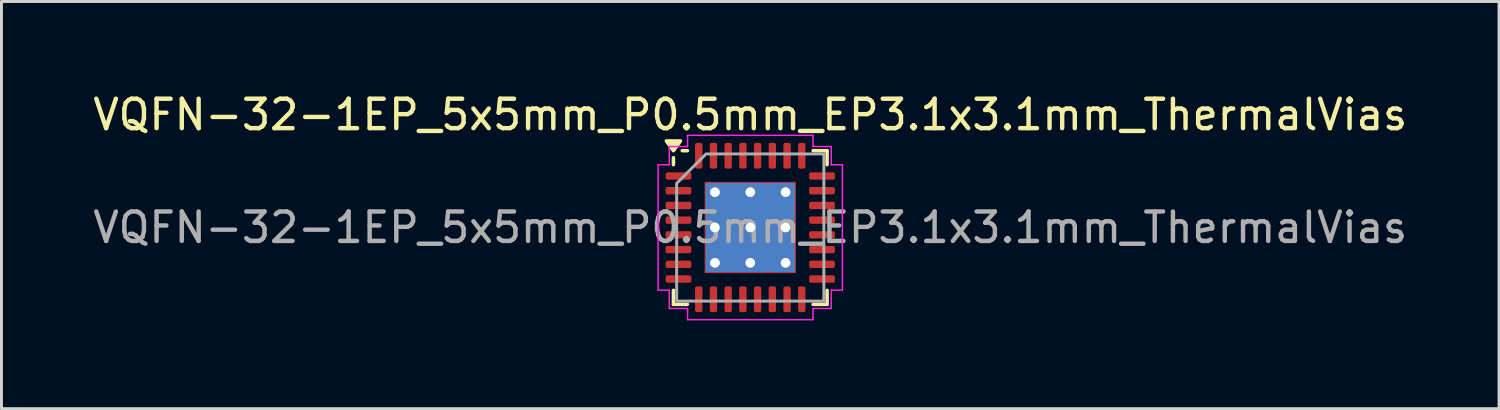
<source format=kicad_pcb>
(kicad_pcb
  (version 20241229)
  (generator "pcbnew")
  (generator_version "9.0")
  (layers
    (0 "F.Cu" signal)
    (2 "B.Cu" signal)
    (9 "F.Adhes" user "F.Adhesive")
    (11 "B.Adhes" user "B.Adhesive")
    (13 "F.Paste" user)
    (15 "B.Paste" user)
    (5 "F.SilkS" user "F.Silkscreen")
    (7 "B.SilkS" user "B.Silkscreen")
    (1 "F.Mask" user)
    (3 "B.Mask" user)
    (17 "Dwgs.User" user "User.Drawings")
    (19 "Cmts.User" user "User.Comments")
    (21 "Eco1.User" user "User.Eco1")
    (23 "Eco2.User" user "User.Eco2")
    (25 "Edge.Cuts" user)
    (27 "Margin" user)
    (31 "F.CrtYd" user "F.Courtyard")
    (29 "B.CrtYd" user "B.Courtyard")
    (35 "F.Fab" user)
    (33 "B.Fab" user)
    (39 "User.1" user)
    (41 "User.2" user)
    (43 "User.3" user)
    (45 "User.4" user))
  (footprint "VQFN-32-1EP_5x5mm_P0.5mm_EP3.1x3.1mm_ThermalVias"
    (layer "F.Cu")
    (at 22.435 4.678)
    (property "Reference" "VQFN-32-1EP_5x5mm_P0.5mm_EP3.1x3.1mm_ThermalVias" (at 0 -3.83 0) (layer "F.SilkS") (effects (font (size 1 1) (thickness 0.15))))
    (attr smd)
    (fp_line (start -2.61 -2.135) (end -2.61 -2.37) (stroke (width 0.12) (type solid)) (layer "F.SilkS"))
    (fp_line (start -2.61 2.61) (end -2.61 2.135) (stroke (width 0.12) (type solid)) (layer "F.SilkS"))
    (fp_line (start -2.135 -2.61) (end -2.31 -2.61) (stroke (width 0.12) (type solid)) (layer "F.SilkS"))
    (fp_line (start -2.135 2.61) (end -2.61 2.61) (stroke (width 0.12) (type solid)) (layer "F.SilkS"))
    (fp_line (start 2.135 -2.61) (end 2.61 -2.61) (stroke (width 0.12) (type solid)) (layer "F.SilkS"))
    (fp_line (start 2.135 2.61) (end 2.61 2.61) (stroke (width 0.12) (type solid)) (layer "F.SilkS"))
    (fp_line (start 2.61 -2.61) (end 2.61 -2.135) (stroke (width 0.12) (type solid)) (layer "F.SilkS"))
    (fp_line (start 2.61 2.61) (end 2.61 2.135) (stroke (width 0.12) (type solid)) (layer "F.SilkS"))
    (fp_poly (pts (xy -2.61 -2.61) (xy -2.85 -2.94) (xy -2.37 -2.94)) (stroke (width 0.12) (type solid)) (fill yes) (layer "F.SilkS"))
    (fp_line (start -3.13 -2.13) (end -2.75 -2.13) (stroke (width 0.05) (type solid)) (layer "F.CrtYd"))
    (fp_line (start -3.13 2.13) (end -3.13 -2.13) (stroke (width 0.05) (type solid)) (layer "F.CrtYd"))
    (fp_line (start -2.75 -2.75) (end -2.13 -2.75) (stroke (width 0.05) (type solid)) (layer "F.CrtYd"))
    (fp_line (start -2.75 -2.13) (end -2.75 -2.75) (stroke (width 0.05) (type solid)) (layer "F.CrtYd"))
    (fp_line (start -2.75 2.13) (end -3.13 2.13) (stroke (width 0.05) (type solid)) (layer "F.CrtYd"))
    (fp_line (start -2.75 2.75) (end -2.75 2.13) (stroke (width 0.05) (type solid)) (layer "F.CrtYd"))
    (fp_line (start -2.13 -3.13) (end 2.13 -3.13) (stroke (width 0.05) (type solid)) (layer "F.CrtYd"))
    (fp_line (start -2.13 -2.75) (end -2.13 -3.13) (stroke (width 0.05) (type solid)) (layer "F.CrtYd"))
    (fp_line (start -2.13 2.75) (end -2.75 2.75) (stroke (width 0.05) (type solid)) (layer "F.CrtYd"))
    (fp_line (start -2.13 3.13) (end -2.13 2.75) (stroke (width 0.05) (type solid)) (layer "F.CrtYd"))
    (fp_line (start 2.13 -3.13) (end 2.13 -2.75) (stroke (width 0.05) (type solid)) (layer "F.CrtYd"))
    (fp_line (start 2.13 -2.75) (end 2.75 -2.75) (stroke (width 0.05) (type solid)) (layer "F.CrtYd"))
    (fp_line (start 2.13 2.75) (end 2.13 3.13) (stroke (width 0.05) (type solid)) (layer "F.CrtYd"))
    (fp_line (start 2.13 3.13) (end -2.13 3.13) (stroke (width 0.05) (type solid)) (layer "F.CrtYd"))
    (fp_line (start 2.75 -2.75) (end 2.75 -2.13) (stroke (width 0.05) (type solid)) (layer "F.CrtYd"))
    (fp_line (start 2.75 -2.13) (end 3.13 -2.13) (stroke (width 0.05) (type solid)) (layer "F.CrtYd"))
    (fp_line (start 2.75 2.13) (end 2.75 2.75) (stroke (width 0.05) (type solid)) (layer "F.CrtYd"))
    (fp_line (start 2.75 2.75) (end 2.13 2.75) (stroke (width 0.05) (type solid)) (layer "F.CrtYd"))
    (fp_line (start 3.13 -2.13) (end 3.13 2.13) (stroke (width 0.05) (type solid)) (layer "F.CrtYd"))
    (fp_line (start 3.13 2.13) (end 2.75 2.13) (stroke (width 0.05) (type solid)) (layer "F.CrtYd"))
    (fp_poly (pts (xy -2.5 -1.5) (xy -2.5 2.5) (xy 2.5 2.5) (xy 2.5 -2.5) (xy -1.5 -2.5)) (stroke (width 0.1) (type solid)) (fill no) (layer "F.Fab"))
    (fp_text user "${REFERENCE}" (at 0 0 0) (layer "F.Fab") (effects (font (size 1 1) (thickness 0.15))))
    (pad "" smd roundrect (at -0.775 -0.775) (size 1.3 1.3) (layers "F.Paste") (roundrect_rratio 0.192))
    (pad "" smd roundrect (at -0.775 0.775) (size 1.3 1.3) (layers "F.Paste") (roundrect_rratio 0.192))
    (pad "" smd roundrect (at 0.775 -0.775) (size 1.3 1.3) (layers "F.Paste") (roundrect_rratio 0.192))
    (pad "" smd roundrect (at 0.775 0.775) (size 1.3 1.3) (layers "F.Paste") (roundrect_rratio 0.192))
    (pad "1" smd roundrect (at -2.438 -1.75) (size 0.875 0.25) (layers "F.Cu" "F.Mask" "F.Paste") (roundrect_rratio 0.25))
    (pad "2" smd roundrect (at -2.438 -1.25) (size 0.875 0.25) (layers "F.Cu" "F.Mask" "F.Paste") (roundrect_rratio 0.25))
    (pad "3" smd roundrect (at -2.438 -0.75) (size 0.875 0.25) (layers "F.Cu" "F.Mask" "F.Paste") (roundrect_rratio 0.25))
    (pad "4" smd roundrect (at -2.438 -0.25) (size 0.875 0.25) (layers "F.Cu" "F.Mask" "F.Paste") (roundrect_rratio 0.25))
    (pad "5" smd roundrect (at -2.438 0.25) (size 0.875 0.25) (layers "F.Cu" "F.Mask" "F.Paste") (roundrect_rratio 0.25))
    (pad "6" smd roundrect (at -2.438 0.75) (size 0.875 0.25) (layers "F.Cu" "F.Mask" "F.Paste") (roundrect_rratio 0.25))
    (pad "7" smd roundrect (at -2.438 1.25) (size 0.875 0.25) (layers "F.Cu" "F.Mask" "F.Paste") (roundrect_rratio 0.25))
    (pad "8" smd roundrect (at -2.438 1.75) (size 0.875 0.25) (layers "F.Cu" "F.Mask" "F.Paste") (roundrect_rratio 0.25))
    (pad "9" smd roundrect (at -1.75 2.438) (size 0.25 0.875) (layers "F.Cu" "F.Mask" "F.Paste") (roundrect_rratio 0.25))
    (pad "10" smd roundrect (at -1.25 2.438) (size 0.25 0.875) (layers "F.Cu" "F.Mask" "F.Paste") (roundrect_rratio 0.25))
    (pad "11" smd roundrect (at -0.75 2.438) (size 0.25 0.875) (layers "F.Cu" "F.Mask" "F.Paste") (roundrect_rratio 0.25))
    (pad "12" smd roundrect (at -0.25 2.438) (size 0.25 0.875) (layers "F.Cu" "F.Mask" "F.Paste") (roundrect_rratio 0.25))
    (pad "13" smd roundrect (at 0.25 2.438) (size 0.25 0.875) (layers "F.Cu" "F.Mask" "F.Paste") (roundrect_rratio 0.25))
    (pad "14" smd roundrect (at 0.75 2.438) (size 0.25 0.875) (layers "F.Cu" "F.Mask" "F.Paste") (roundrect_rratio 0.25))
    (pad "15" smd roundrect (at 1.25 2.438) (size 0.25 0.875) (layers "F.Cu" "F.Mask" "F.Paste") (roundrect_rratio 0.25))
    (pad "16" smd roundrect (at 1.75 2.438) (size 0.25 0.875) (layers "F.Cu" "F.Mask" "F.Paste") (roundrect_rratio 0.25))
    (pad "17" smd roundrect (at 2.438 1.75) (size 0.875 0.25) (layers "F.Cu" "F.Mask" "F.Paste") (roundrect_rratio 0.25))
    (pad "18" smd roundrect (at 2.438 1.25) (size 0.875 0.25) (layers "F.Cu" "F.Mask" "F.Paste") (roundrect_rratio 0.25))
    (pad "19" smd roundrect (at 2.438 0.75) (size 0.875 0.25) (layers "F.Cu" "F.Mask" "F.Paste") (roundrect_rratio 0.25))
    (pad "20" smd roundrect (at 2.438 0.25) (size 0.875 0.25) (layers "F.Cu" "F.Mask" "F.Paste") (roundrect_rratio 0.25))
    (pad "21" smd roundrect (at 2.438 -0.25) (size 0.875 0.25) (layers "F.Cu" "F.Mask" "F.Paste") (roundrect_rratio 0.25))
    (pad "22" smd roundrect (at 2.438 -0.75) (size 0.875 0.25) (layers "F.Cu" "F.Mask" "F.Paste") (roundrect_rratio 0.25))
    (pad "23" smd roundrect (at 2.438 -1.25) (size 0.875 0.25) (layers "F.Cu" "F.Mask" "F.Paste") (roundrect_rratio 0.25))
    (pad "24" smd roundrect (at 2.438 -1.75) (size 0.875 0.25) (layers "F.Cu" "F.Mask" "F.Paste") (roundrect_rratio 0.25))
    (pad "25" smd roundrect (at 1.75 -2.438) (size 0.25 0.875) (layers "F.Cu" "F.Mask" "F.Paste") (roundrect_rratio 0.25))
    (pad "26" smd roundrect (at 1.25 -2.438) (size 0.25 0.875) (layers "F.Cu" "F.Mask" "F.Paste") (roundrect_rratio 0.25))
    (pad "27" smd roundrect (at 0.75 -2.438) (size 0.25 0.875) (layers "F.Cu" "F.Mask" "F.Paste") (roundrect_rratio 0.25))
    (pad "28" smd roundrect (at 0.25 -2.438) (size 0.25 0.875) (layers "F.Cu" "F.Mask" "F.Paste") (roundrect_rratio 0.25))
    (pad "29" smd roundrect (at -0.25 -2.438) (size 0.25 0.875) (layers "F.Cu" "F.Mask" "F.Paste") (roundrect_rratio 0.25))
    (pad "30" smd roundrect (at -0.75 -2.438) (size 0.25 0.875) (layers "F.Cu" "F.Mask" "F.Paste") (roundrect_rratio 0.25))
    (pad "31" smd roundrect (at -1.25 -2.438) (size 0.25 0.875) (layers "F.Cu" "F.Mask" "F.Paste") (roundrect_rratio 0.25))
    (pad "32" smd roundrect (at -1.75 -2.438) (size 0.25 0.875) (layers "F.Cu" "F.Mask" "F.Paste") (roundrect_rratio 0.25))
    (pad "33" thru_hole circle (at -1.2 -1.2) (size 0.63 0.63) (drill 0.33) (property pad_prop_heatsink) (layers "*.Cu"))
    (pad "33" thru_hole circle (at -1.2 0) (size 0.63 0.63) (drill 0.33) (property pad_prop_heatsink) (layers "*.Cu"))
    (pad "33" thru_hole circle (at -1.2 1.2) (size 0.63 0.63) (drill 0.33) (property pad_prop_heatsink) (layers "*.Cu"))
    (pad "33" thru_hole circle (at 0 -1.2) (size 0.63 0.63) (drill 0.33) (property pad_prop_heatsink) (layers "*.Cu"))
    (pad "33" thru_hole circle (at 0 0) (size 0.63 0.63) (drill 0.33) (property pad_prop_heatsink) (layers "*.Cu"))
    (pad "33" smd rect (at 0 0) (size 3.03 3.03) (property pad_prop_heatsink) (layers "B.Cu"))
    (pad "33" smd rect (at 0 0) (size 3.1 3.1) (property pad_prop_heatsink) (layers "F.Cu" "F.Mask"))
    (pad "33" thru_hole circle (at 0 1.2) (size 0.63 0.63) (drill 0.33) (property pad_prop_heatsink) (layers "*.Cu"))
    (pad "33" thru_hole circle (at 1.2 -1.2) (size 0.63 0.63) (drill 0.33) (property pad_prop_heatsink) (layers "*.Cu"))
    (pad "33" thru_hole circle (at 1.2 0) (size 0.63 0.63) (drill 0.33) (property pad_prop_heatsink) (layers "*.Cu"))
    (pad "33" thru_hole circle (at 1.2 1.2) (size 0.63 0.63) (drill 0.33) (property pad_prop_heatsink) (layers "*.Cu")))
  (gr_rect
    (start -3 -3)
    (end 47.869 10.833)
    (stroke (width 0.1) (type default))
    (fill no)
    (layer "Edge.Cuts")))
</source>
